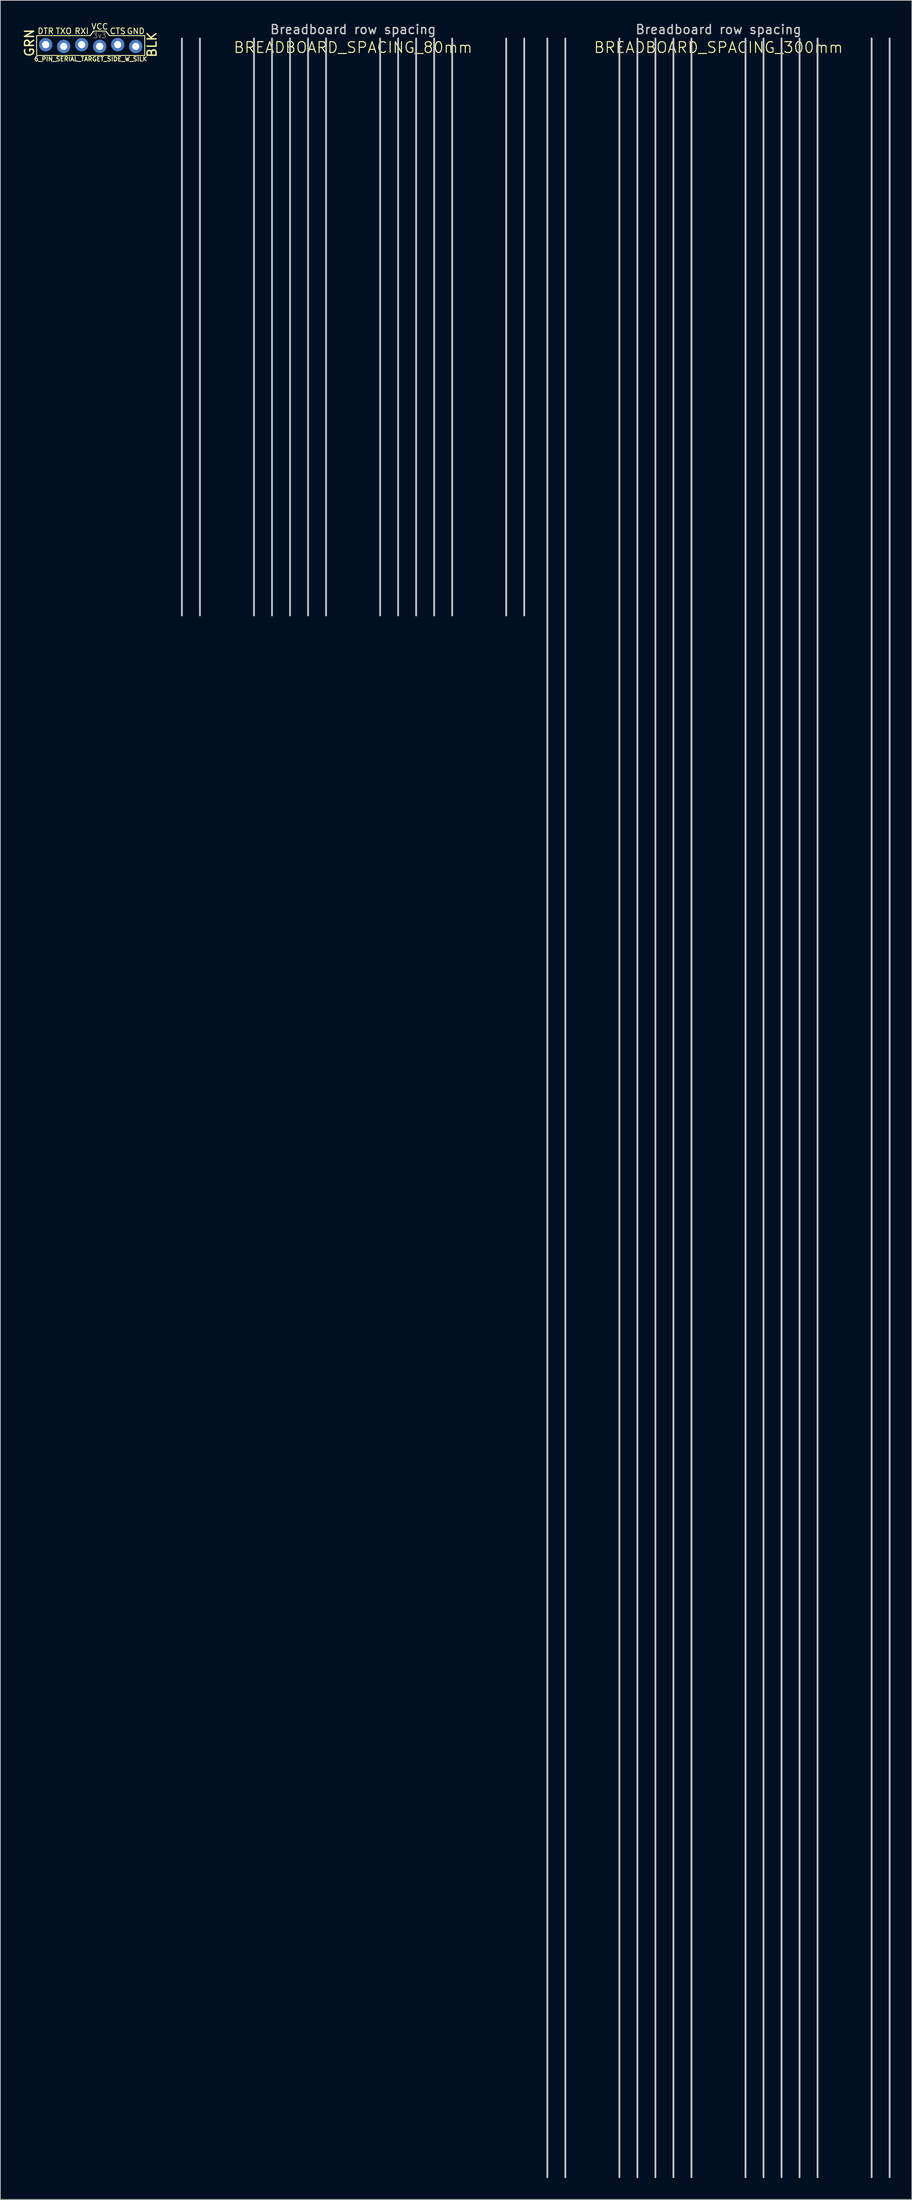
<source format=kicad_pcb>
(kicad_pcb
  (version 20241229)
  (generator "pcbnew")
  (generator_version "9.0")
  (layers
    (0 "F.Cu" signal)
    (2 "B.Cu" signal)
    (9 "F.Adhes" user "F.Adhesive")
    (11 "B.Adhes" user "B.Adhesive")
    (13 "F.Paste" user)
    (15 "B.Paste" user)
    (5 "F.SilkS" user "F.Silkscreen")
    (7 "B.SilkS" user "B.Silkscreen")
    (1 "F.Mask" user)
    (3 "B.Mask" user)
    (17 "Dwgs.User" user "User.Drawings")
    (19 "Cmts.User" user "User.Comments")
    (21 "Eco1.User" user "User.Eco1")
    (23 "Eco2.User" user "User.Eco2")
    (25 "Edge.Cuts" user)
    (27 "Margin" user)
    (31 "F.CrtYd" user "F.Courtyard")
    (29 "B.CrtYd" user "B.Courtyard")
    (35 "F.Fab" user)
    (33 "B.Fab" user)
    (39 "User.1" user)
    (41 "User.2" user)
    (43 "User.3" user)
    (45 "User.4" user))
  (footprint "BREADBOARD_SPACING_300mm"
    (layer "F.Cu")
    (at 98.242 3.64)
    (property "Reference" "BREADBOARD_SPACING_300mm" (at 0 0 0) (layer "F.SilkS") (effects (font (size 1.524 1.524) (thickness 0.15))))
    (attr exclude_from_pos_files exclude_from_bom)
    (fp_line (start -24.13 -1.27) (end -24.13 300) (stroke (width 0.254) (type solid)) (layer "Dwgs.User"))
    (fp_line (start -21.59 -1.27) (end -21.59 300) (stroke (width 0.254) (type solid)) (layer "Dwgs.User"))
    (fp_line (start -13.97 -1.27) (end -13.97 300) (stroke (width 0.254) (type solid)) (layer "Dwgs.User"))
    (fp_line (start -11.43 -1.27) (end -11.43 300) (stroke (width 0.254) (type solid)) (layer "Dwgs.User"))
    (fp_line (start -8.89 -1.27) (end -8.89 300) (stroke (width 0.254) (type solid)) (layer "Dwgs.User"))
    (fp_line (start -6.35 -1.27) (end -6.35 300) (stroke (width 0.254) (type solid)) (layer "Dwgs.User"))
    (fp_line (start -3.81 -1.27) (end -3.81 300) (stroke (width 0.254) (type solid)) (layer "Dwgs.User"))
    (fp_line (start 3.81 -1.27) (end 3.81 300) (stroke (width 0.254) (type solid)) (layer "Dwgs.User"))
    (fp_line (start 6.35 -1.27) (end 6.35 300) (stroke (width 0.254) (type solid)) (layer "Dwgs.User"))
    (fp_line (start 8.89 -1.27) (end 8.89 300) (stroke (width 0.254) (type solid)) (layer "Dwgs.User"))
    (fp_line (start 11.43 -1.27) (end 11.43 300) (stroke (width 0.254) (type solid)) (layer "Dwgs.User"))
    (fp_line (start 13.97 -1.27) (end 13.97 300) (stroke (width 0.254) (type solid)) (layer "Dwgs.User"))
    (fp_line (start 21.59 -1.27) (end 21.59 300) (stroke (width 0.254) (type solid)) (layer "Dwgs.User"))
    (fp_line (start 24.13 -1.27) (end 24.13 300) (stroke (width 0.254) (type solid)) (layer "Dwgs.User"))
    (fp_text user "Breadboard row spacing" (at 0 -2.54 0) (layer "Dwgs.User") (effects (font (size 1.27 1.27) (thickness 0.203)))))
  (footprint "BREADBOARD_SPACING_80mm"
    (layer "F.Cu")
    (at 46.728 3.64)
    (property "Reference" "BREADBOARD_SPACING_80mm" (at 0 0 0) (layer "F.SilkS") (effects (font (size 1.524 1.524) (thickness 0.15))))
    (attr exclude_from_pos_files exclude_from_bom)
    (fp_line (start -24.13 -1.27) (end -24.13 80) (stroke (width 0.254) (type solid)) (layer "Dwgs.User"))
    (fp_line (start -21.59 -1.27) (end -21.59 80) (stroke (width 0.254) (type solid)) (layer "Dwgs.User"))
    (fp_line (start -13.97 -1.27) (end -13.97 80) (stroke (width 0.254) (type solid)) (layer "Dwgs.User"))
    (fp_line (start -11.43 -1.27) (end -11.43 80) (stroke (width 0.254) (type solid)) (layer "Dwgs.User"))
    (fp_line (start -8.89 -1.27) (end -8.89 80) (stroke (width 0.254) (type solid)) (layer "Dwgs.User"))
    (fp_line (start -6.35 -1.27) (end -6.35 80) (stroke (width 0.254) (type solid)) (layer "Dwgs.User"))
    (fp_line (start -3.81 -1.27) (end -3.81 80) (stroke (width 0.254) (type solid)) (layer "Dwgs.User"))
    (fp_line (start 3.81 -1.27) (end 3.81 80) (stroke (width 0.254) (type solid)) (layer "Dwgs.User"))
    (fp_line (start 6.35 -1.27) (end 6.35 80) (stroke (width 0.254) (type solid)) (layer "Dwgs.User"))
    (fp_line (start 8.89 -1.27) (end 8.89 80) (stroke (width 0.254) (type solid)) (layer "Dwgs.User"))
    (fp_line (start 11.43 -1.27) (end 11.43 80) (stroke (width 0.254) (type solid)) (layer "Dwgs.User"))
    (fp_line (start 13.97 -1.27) (end 13.97 80) (stroke (width 0.254) (type solid)) (layer "Dwgs.User"))
    (fp_line (start 21.59 -1.27) (end 21.59 80) (stroke (width 0.254) (type solid)) (layer "Dwgs.User"))
    (fp_line (start 24.13 -1.27) (end 24.13 80) (stroke (width 0.254) (type solid)) (layer "Dwgs.User"))
    (fp_text user "Breadboard row spacing" (at 0 -2.54 0) (layer "Dwgs.User") (effects (font (size 1.27 1.27) (thickness 0.203)))))
  (footprint "6_PIN_SERIAL_TARGET_SIDE_W_SILK"
    (layer "F.Cu")
    (at 9.736 3.238)
    (property "Reference" "6_PIN_SERIAL_TARGET_SIDE_W_SILK" (at 0 2.032 0) (layer "F.SilkS") (effects (font (size 0.61 0.61) (thickness 0.127))))
    (attr exclude_from_pos_files exclude_from_bom)
    (fp_line (start -7.62 -1.27) (end -0.048 -1.27) (stroke (width 0.127) (type solid)) (layer "F.SilkS"))
    (fp_line (start -7.62 1.524) (end -7.62 -1.27) (stroke (width 0.127) (type solid)) (layer "F.SilkS"))
    (fp_line (start -0.051 -1.283) (end 0.384 -1.895) (stroke (width 0.15) (type solid)) (layer "F.SilkS"))
    (fp_line (start 0.381 -1.905) (end 2.142 -1.905) (stroke (width 0.127) (type solid)) (layer "F.SilkS"))
    (fp_line (start 2.139 -1.892) (end 2.637 -1.28) (stroke (width 0.15) (type solid)) (layer "F.SilkS"))
    (fp_line (start 2.63 -1.27) (end 7.62 -1.27) (stroke (width 0.127) (type solid)) (layer "F.SilkS"))
    (fp_line (start 7.62 -1.27) (end 7.62 1.524) (stroke (width 0.127) (type solid)) (layer "F.SilkS"))
    (fp_line (start 7.62 1.524) (end -7.62 1.524) (stroke (width 0.127) (type solid)) (layer "F.SilkS"))
    (fp_text user "GND" (at 6.35 -1.905 0) (layer "F.SilkS") (effects (font (size 0.813 0.813) (thickness 0.127))))
    (fp_text user "CTS" (at 3.81 -1.905 0) (layer "F.SilkS") (effects (font (size 0.813 0.813) (thickness 0.127))))
    (fp_text user "3v3" (at 1.27 -1.27 0) (layer "F.SilkS") (effects (font (size 0.7 0.7) (thickness 0.05))))
    (fp_text user "TXO" (at -3.81 -1.905 0) (layer "F.SilkS") (effects (font (size 0.813 0.813) (thickness 0.127))))
    (fp_text user "DTR" (at -6.35 -1.905 0) (layer "F.SilkS") (effects (font (size 0.813 0.813) (thickness 0.127))))
    (fp_text user "BLK" (at 8.636 0 90) (layer "F.SilkS") (effects (font (size 1.27 1.27) (thickness 0.203))))
    (fp_text user "RXI" (at -1.27 -1.905 0) (layer "F.SilkS") (effects (font (size 0.813 0.813) (thickness 0.127))))
    (fp_text user "VCC" (at 1.27 -2.54 0) (layer "F.SilkS") (effects (font (size 0.813 0.813) (thickness 0.127))))
    (fp_text user "GRN" (at -8.636 -0.254 90) (layer "F.SilkS") (effects (font (size 1.27 1.27) (thickness 0.203))))
    (pad "CTS" thru_hole circle (at 3.81 0) (size 1.88 1.88) (drill 1.016) (layers "*.Cu" "*.Mask"))
    (pad "DTR" thru_hole circle (at -6.35 0) (size 1.88 1.88) (drill 1.016) (layers "*.Cu" "*.Mask"))
    (pad "GND" thru_hole circle (at 6.35 0.25) (size 1.88 1.88) (drill 1.016) (layers "*.Cu" "*.Mask"))
    (pad "RXI" thru_hole circle (at -1.27 0) (size 1.88 1.88) (drill 1.016) (layers "*.Cu" "*.Mask"))
    (pad "TXO" thru_hole circle (at -3.81 0.25) (size 1.88 1.88) (drill 1.016) (layers "*.Cu" "*.Mask"))
    (pad "VCC" thru_hole circle (at 1.27 0.25) (size 1.88 1.88) (drill 1.016) (layers "*.Cu" "*.Mask")))
  (gr_rect
    (start -3 -3)
    (end 125.499 306.767)
    (stroke (width 0.1) (type default))
    (fill no)
    (layer "Edge.Cuts")))
</source>
